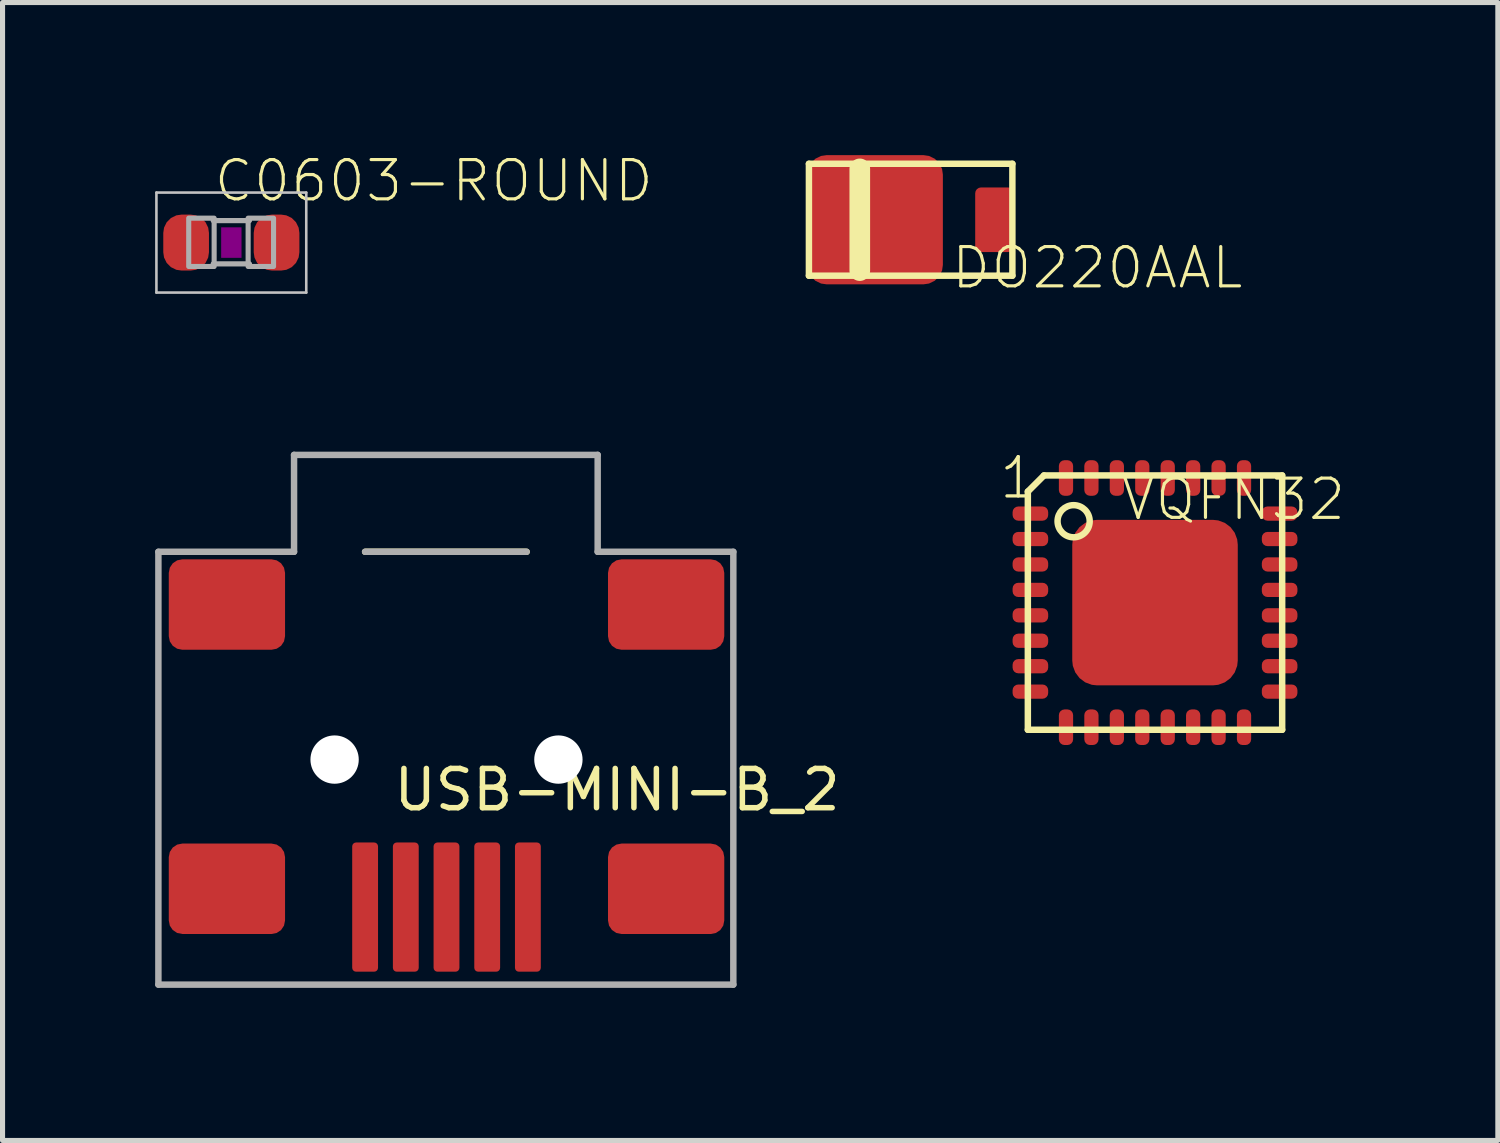
<source format=kicad_pcb>
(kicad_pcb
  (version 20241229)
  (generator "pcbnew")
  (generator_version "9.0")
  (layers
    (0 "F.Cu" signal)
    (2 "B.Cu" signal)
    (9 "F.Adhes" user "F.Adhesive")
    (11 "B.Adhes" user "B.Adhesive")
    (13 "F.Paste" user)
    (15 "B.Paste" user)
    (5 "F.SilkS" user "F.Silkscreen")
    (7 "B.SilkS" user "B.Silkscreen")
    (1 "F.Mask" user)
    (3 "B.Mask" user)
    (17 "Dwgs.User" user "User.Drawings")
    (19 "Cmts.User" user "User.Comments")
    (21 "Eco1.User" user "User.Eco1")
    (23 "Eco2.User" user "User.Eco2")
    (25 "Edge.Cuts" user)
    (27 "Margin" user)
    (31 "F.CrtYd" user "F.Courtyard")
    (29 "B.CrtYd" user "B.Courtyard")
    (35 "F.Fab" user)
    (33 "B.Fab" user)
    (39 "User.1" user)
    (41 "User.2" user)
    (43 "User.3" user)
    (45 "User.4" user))
  (footprint "DO220AAL"
    (layer "F.Cu")
    (at 14.853 1.27)
    (property "Reference" "DO220AAL" (at 0.762 1.397 0) (layer "F.SilkS") (effects (font (size 0.772 0.772) (thickness 0.062)) (justify left bottom)))
    (attr through_hole)
    (fp_line (start -2 -1.1) (end -2 1.1) (stroke (width 0.127) (type solid)) (layer "F.SilkS"))
    (fp_line (start -2 1.1) (end 2 1.1) (stroke (width 0.127) (type solid)) (layer "F.SilkS"))
    (fp_line (start -1 -1) (end -1 1) (stroke (width 0.406) (type solid)) (layer "F.SilkS"))
    (fp_line (start 2 -1.1) (end -2 -1.1) (stroke (width 0.127) (type solid)) (layer "F.SilkS"))
    (fp_line (start 2 1.1) (end 2 -1.1) (stroke (width 0.127) (type solid)) (layer "F.SilkS"))
    (pad "P$1" smd roundrect (at -0.7 0 90) (size 2.54 2.667) (layers "F.Cu" "F.Mask" "F.Paste") (roundrect_rratio 0.15))
    (pad "P$2" smd roundrect (at 1.65 0 180) (size 0.762 1.27) (layers "F.Cu" "F.Mask" "F.Paste") (roundrect_rratio 0.15)))
  (footprint "C0603-ROUND"
    (layer "F.Cu")
    (at 1.498 1.719)
    (property "Reference" "C0603-ROUND" (at -0.381 -0.762 180) (layer "F.SilkS") (effects (font (size 0.772 0.772) (thickness 0.062)) (justify left bottom)))
    (attr through_hole)
    (fp_poly (pts (xy -0.2 0.3) (xy 0.2 0.3) (xy 0.2 -0.3) (xy -0.2 -0.3)) (stroke (width 0) (type solid)) (fill yes) (layer "F.Adhes"))
    (fp_line (start -1.473 -0.983) (end 1.473 -0.983) (stroke (width 0.051) (type solid)) (layer "Dwgs.User"))
    (fp_line (start -1.473 0.983) (end -1.473 -0.983) (stroke (width 0.051) (type solid)) (layer "Dwgs.User"))
    (fp_line (start 1.473 -0.983) (end 1.473 0.983) (stroke (width 0.051) (type solid)) (layer "Dwgs.User"))
    (fp_line (start 1.473 0.983) (end -1.473 0.983) (stroke (width 0.051) (type solid)) (layer "Dwgs.User"))
    (fp_line (start -0.356 -0.432) (end 0.356 -0.432) (stroke (width 0.102) (type solid)) (layer "F.Fab"))
    (fp_line (start -0.356 0.419) (end 0.356 0.419) (stroke (width 0.102) (type solid)) (layer "F.Fab"))
    (fp_poly (pts (xy -0.838 0.47) (xy -0.338 0.47) (xy -0.338 -0.48) (xy -0.838 -0.48)) (stroke (width 0.1) (type solid)) (fill no) (layer "F.Fab"))
    (fp_poly (pts (xy 0.33 0.47) (xy 0.83 0.47) (xy 0.83 -0.48) (xy 0.33 -0.48)) (stroke (width 0.1) (type solid)) (fill no) (layer "F.Fab"))
    (pad "1" smd roundrect (at -0.889 0 90) (size 1.1 0.898) (layers "F.Cu" "F.Mask" "F.Paste") (roundrect_rratio 0.4))
    (pad "2" smd roundrect (at 0.889 0 90) (size 1.1 0.898) (layers "F.Cu" "F.Mask" "F.Paste") (roundrect_rratio 0.4)))
  (footprint "VQFN32"
    (layer "F.Cu")
    (at 19.657 8.797)
    (property "Reference" "VQFN32" (at -0.703 -1.578 0) (layer "F.SilkS") (effects (font (size 0.772 0.772) (thickness 0.062)) (justify left bottom)))
    (attr through_hole)
    (fp_poly (pts (xy 0 -1.27) (xy 0.248 -1.246) (xy 0.486 -1.173) (xy 0.706 -1.056) (xy 0.898 -0.898) (xy 1.056 -0.706) (xy 1.173 -0.486) (xy 1.27 0) (xy 1.246 0.248) (xy 1.173 0.486) (xy 1.056 0.706) (xy 0.898 0.898) (xy 0.706 1.056) (xy 0.486 1.173) (xy 0 1.27) (xy -0.248 1.246) (xy -0.486 1.173) (xy -0.706 1.056) (xy -0.898 0.898) (xy -1.056 0.706) (xy -1.173 0.486) (xy -1.27 0) (xy -1.246 -0.248) (xy -1.173 -0.486) (xy -1.056 -0.706) (xy -0.898 -0.898) (xy -0.706 -1.056) (xy -0.486 -1.173)) (stroke (width 0) (type solid)) (fill yes) (layer "F.Mask"))
    (fp_line (start -2.5 -2.183) (end -2.5 2.5) (stroke (width 0.127) (type solid)) (layer "F.SilkS"))
    (fp_line (start -2.5 2.5) (end 2.5 2.5) (stroke (width 0.127) (type solid)) (layer "F.SilkS"))
    (fp_line (start -2.183 -2.5) (end -2.5 -2.183) (stroke (width 0.127) (type solid)) (layer "F.SilkS"))
    (fp_line (start 2.5 -2.5) (end -2.183 -2.5) (stroke (width 0.127) (type solid)) (layer "F.SilkS"))
    (fp_line (start 2.5 2.5) (end 2.5 -2.5) (stroke (width 0.127) (type solid)) (layer "F.SilkS"))
    (fp_circle (center -1.6 -1.6) (end -1.284 -1.6) (stroke (width 0.127) (type solid)) (fill no) (layer "F.SilkS"))
    (fp_poly (pts (xy -0.635 0.635) (xy 0.635 0.635) (xy 0.635 -0.635) (xy -0.635 -0.635)) (stroke (width 0) (type solid)) (fill yes) (layer "F.Paste"))
    (fp_text user "1" (at -3.1 -2 0) (layer "F.SilkS") (effects (font (size 0.772 0.772) (thickness 0.065)) (justify left bottom)))
    (pad "1" smd roundrect (at -2.45 -1.75 90) (size 0.28 0.7) (layers "F.Cu" "F.Mask" "F.Paste") (roundrect_rratio 0.4))
    (pad "2" smd roundrect (at -2.45 -1.25 90) (size 0.28 0.7) (layers "F.Cu" "F.Mask" "F.Paste") (roundrect_rratio 0.4))
    (pad "3" smd roundrect (at -2.45 -0.75 90) (size 0.28 0.7) (layers "F.Cu" "F.Mask" "F.Paste") (roundrect_rratio 0.4))
    (pad "4" smd roundrect (at -2.45 -0.25 90) (size 0.28 0.7) (layers "F.Cu" "F.Mask" "F.Paste") (roundrect_rratio 0.4))
    (pad "5" smd roundrect (at -2.45 0.25 90) (size 0.28 0.7) (layers "F.Cu" "F.Mask" "F.Paste") (roundrect_rratio 0.4))
    (pad "6" smd roundrect (at -2.45 0.75 90) (size 0.28 0.7) (layers "F.Cu" "F.Mask" "F.Paste") (roundrect_rratio 0.4))
    (pad "7" smd roundrect (at -2.45 1.25 90) (size 0.28 0.7) (layers "F.Cu" "F.Mask" "F.Paste") (roundrect_rratio 0.4))
    (pad "8" smd roundrect (at -2.45 1.75 90) (size 0.28 0.7) (layers "F.Cu" "F.Mask" "F.Paste") (roundrect_rratio 0.4))
    (pad "9" smd roundrect (at -1.75 2.45 180) (size 0.28 0.7) (layers "F.Cu" "F.Mask" "F.Paste") (roundrect_rratio 0.4))
    (pad "10" smd roundrect (at -1.25 2.45 180) (size 0.28 0.7) (layers "F.Cu" "F.Mask" "F.Paste") (roundrect_rratio 0.4))
    (pad "11" smd roundrect (at -0.75 2.45 180) (size 0.28 0.7) (layers "F.Cu" "F.Mask" "F.Paste") (roundrect_rratio 0.4))
    (pad "12" smd roundrect (at -0.25 2.45 180) (size 0.28 0.7) (layers "F.Cu" "F.Mask" "F.Paste") (roundrect_rratio 0.4))
    (pad "13" smd roundrect (at 0.25 2.45 180) (size 0.28 0.7) (layers "F.Cu" "F.Mask" "F.Paste") (roundrect_rratio 0.4))
    (pad "14" smd roundrect (at 0.75 2.45 180) (size 0.28 0.7) (layers "F.Cu" "F.Mask" "F.Paste") (roundrect_rratio 0.4))
    (pad "15" smd roundrect (at 1.25 2.45 180) (size 0.28 0.7) (layers "F.Cu" "F.Mask" "F.Paste") (roundrect_rratio 0.4))
    (pad "16" smd roundrect (at 1.75 2.45 180) (size 0.28 0.7) (layers "F.Cu" "F.Mask" "F.Paste") (roundrect_rratio 0.4))
    (pad "17" smd roundrect (at 2.45 1.75 90) (size 0.28 0.7) (layers "F.Cu" "F.Mask" "F.Paste") (roundrect_rratio 0.4))
    (pad "18" smd roundrect (at 2.45 1.25 90) (size 0.28 0.7) (layers "F.Cu" "F.Mask" "F.Paste") (roundrect_rratio 0.4))
    (pad "19" smd roundrect (at 2.45 0.75 90) (size 0.28 0.7) (layers "F.Cu" "F.Mask" "F.Paste") (roundrect_rratio 0.4))
    (pad "20" smd roundrect (at 2.45 0.25 90) (size 0.28 0.7) (layers "F.Cu" "F.Mask" "F.Paste") (roundrect_rratio 0.4))
    (pad "21" smd roundrect (at 2.45 -0.25 90) (size 0.28 0.7) (layers "F.Cu" "F.Mask" "F.Paste") (roundrect_rratio 0.4))
    (pad "22" smd roundrect (at 2.45 -0.75 90) (size 0.28 0.7) (layers "F.Cu" "F.Mask" "F.Paste") (roundrect_rratio 0.4))
    (pad "23" smd roundrect (at 2.45 -1.25 90) (size 0.28 0.7) (layers "F.Cu" "F.Mask" "F.Paste") (roundrect_rratio 0.4))
    (pad "24" smd roundrect (at 2.45 -1.75 90) (size 0.28 0.7) (layers "F.Cu" "F.Mask" "F.Paste") (roundrect_rratio 0.4))
    (pad "25" smd roundrect (at 1.75 -2.45 180) (size 0.28 0.7) (layers "F.Cu" "F.Mask" "F.Paste") (roundrect_rratio 0.4))
    (pad "26" smd roundrect (at 1.25 -2.45 180) (size 0.28 0.7) (layers "F.Cu" "F.Mask" "F.Paste") (roundrect_rratio 0.4))
    (pad "27" smd roundrect (at 0.75 -2.45 180) (size 0.28 0.7) (layers "F.Cu" "F.Mask" "F.Paste") (roundrect_rratio 0.4))
    (pad "28" smd roundrect (at 0.25 -2.45 180) (size 0.28 0.7) (layers "F.Cu" "F.Mask" "F.Paste") (roundrect_rratio 0.4))
    (pad "29" smd roundrect (at -0.25 -2.45 180) (size 0.28 0.7) (layers "F.Cu" "F.Mask" "F.Paste") (roundrect_rratio 0.4))
    (pad "30" smd roundrect (at -0.75 -2.45 180) (size 0.28 0.7) (layers "F.Cu" "F.Mask" "F.Paste") (roundrect_rratio 0.4))
    (pad "31" smd roundrect (at -1.25 -2.45 180) (size 0.28 0.7) (layers "F.Cu" "F.Mask" "F.Paste") (roundrect_rratio 0.4))
    (pad "32" smd roundrect (at -1.75 -2.45 180) (size 0.28 0.7) (layers "F.Cu" "F.Mask" "F.Paste") (roundrect_rratio 0.4))
    (pad "33" smd roundrect (at 0 0 180) (size 3.254 3.254) (layers "F.Cu" "F.Mask") (roundrect_rratio 0.15)))
  (footprint "USB-MINI-B_2"
    (layer "F.Cu")
    (at 4.128 14.783)
    (property "Reference" "USB-MINI-B_2" (at 0.508 -1.854 0) (layer "F.SilkS") (effects (font (size 0.772 0.772) (thickness 0.108)) (justify left bottom)))
    (attr through_hole)
    (fp_line (start 0 -6.985) (end 3.175 -6.985) (stroke (width 0.127) (type solid)) (layer "F.SilkS"))
    (fp_line (start -4.064 -6.985) (end -1.397 -6.985) (stroke (width 0.127) (type solid)) (layer "F.Fab"))
    (fp_line (start -4.064 1.524) (end -4.064 -6.985) (stroke (width 0.127) (type solid)) (layer "F.Fab"))
    (fp_line (start -1.397 -8.89) (end 4.572 -8.89) (stroke (width 0.127) (type solid)) (layer "F.Fab"))
    (fp_line (start -1.397 -6.985) (end -1.397 -8.89) (stroke (width 0.127) (type solid)) (layer "F.Fab"))
    (fp_line (start 0 -6.985) (end 3.175 -6.985) (stroke (width 0.127) (type solid)) (layer "F.Fab"))
    (fp_line (start 4.572 -8.89) (end 4.572 -6.985) (stroke (width 0.127) (type solid)) (layer "F.Fab"))
    (fp_line (start 4.572 -6.985) (end 7.239 -6.985) (stroke (width 0.127) (type solid)) (layer "F.Fab"))
    (fp_line (start 7.239 -6.985) (end 7.239 1.524) (stroke (width 0.127) (type solid)) (layer "F.Fab"))
    (fp_line (start 7.239 1.524) (end -4.064 1.524) (stroke (width 0.127) (type solid)) (layer "F.Fab"))
    (pad "" np_thru_hole circle (at -0.6 -2.9) (size 0.95 0.95) (drill 0.95) (layers "*.Cu" "*.Mask"))
    (pad "" np_thru_hole circle (at 3.8 -2.9) (size 0.95 0.95) (drill 0.95) (layers "*.Cu" "*.Mask"))
    (pad "1" smd roundrect (at 0 0 90) (size 2.54 0.508) (layers "F.Cu" "F.Mask" "F.Paste") (roundrect_rratio 0.15))
    (pad "2" smd roundrect (at 0.8 0 90) (size 2.54 0.508) (layers "F.Cu" "F.Mask" "F.Paste") (roundrect_rratio 0.15))
    (pad "3" smd roundrect (at 1.6 0 90) (size 2.54 0.508) (layers "F.Cu" "F.Mask" "F.Paste") (roundrect_rratio 0.15))
    (pad "4" smd roundrect (at 2.4 0 90) (size 2.54 0.508) (layers "F.Cu" "F.Mask" "F.Paste") (roundrect_rratio 0.15))
    (pad "5" smd roundrect (at 3.2 0 90) (size 2.54 0.508) (layers "F.Cu" "F.Mask" "F.Paste") (roundrect_rratio 0.15))
    (pad "6" smd roundrect (at -2.717 -5.948 90) (size 1.778 2.286) (layers "F.Cu" "F.Mask" "F.Paste") (roundrect_rratio 0.15))
    (pad "7" smd roundrect (at -2.717 -0.36 90) (size 1.778 2.286) (layers "F.Cu" "F.Mask" "F.Paste") (roundrect_rratio 0.15))
    (pad "8" smd roundrect (at 5.918 -0.36 90) (size 1.778 2.286) (layers "F.Cu" "F.Mask" "F.Paste") (roundrect_rratio 0.15))
    (pad "9" smd roundrect (at 5.918 -5.948 90) (size 1.778 2.286) (layers "F.Cu" "F.Mask" "F.Paste") (roundrect_rratio 0.15)))
  (gr_rect
    (start -3 -3)
    (end 26.397 19.371)
    (stroke (width 0.1) (type default))
    (fill no)
    (layer "Edge.Cuts")))
</source>
